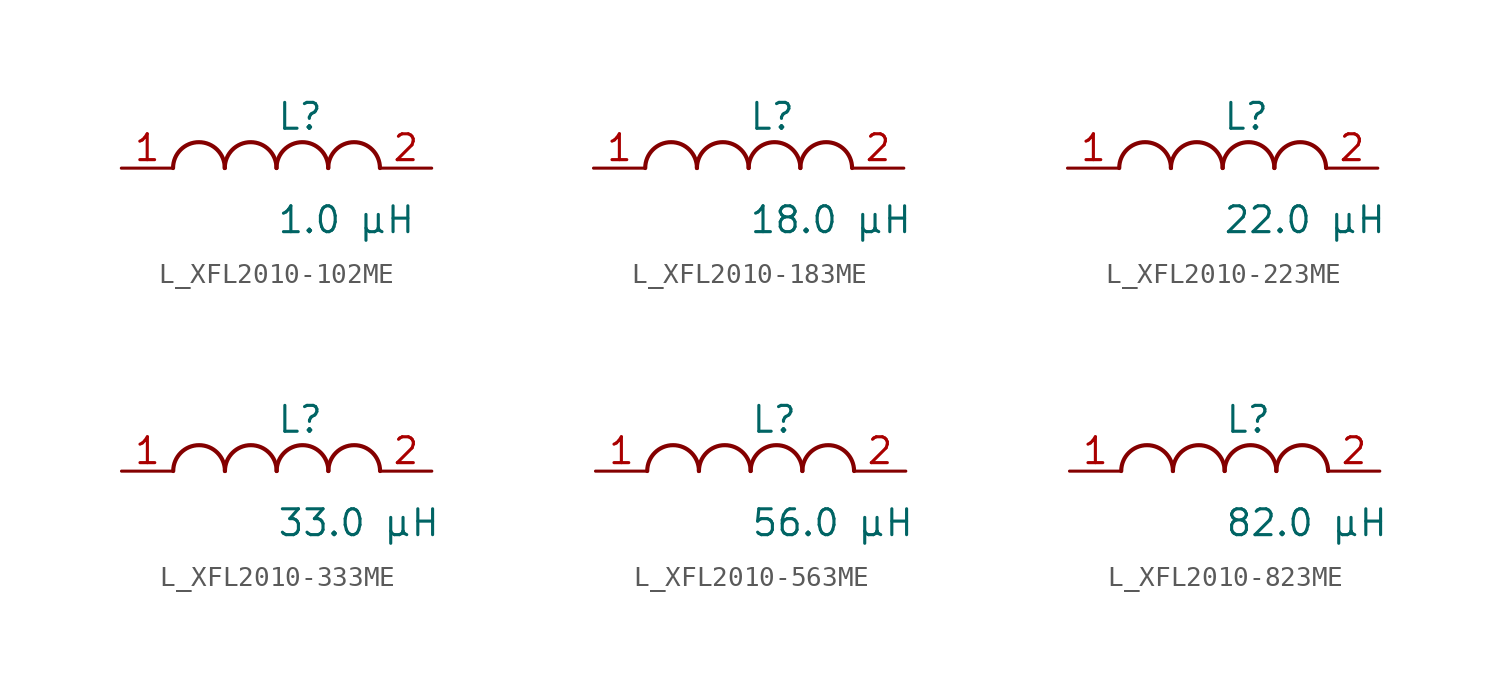
<source format=kicad_sym>
(kicad_symbol_lib
  (version 20231120)
  (generator kicad_symbol_editor)
  (generator_version 8.0)
  (symbol "L_XFL2010-102ME"
    (pin_names
      (offset 0.254))
    (property "Reference" "L"
      (at 0 2.54 0)
      (effects (font (size 1.27 1.27)) (justify left)))
    (property "Value" "1.0 µH"
      (at 0 -2.54 0)
      (effects (font (size 1.27 1.27)) (justify left)))
    (symbol "L_XFL2010-102ME_1_1"
      (arc (start -2.54 0.0056) (mid -3.81 1.27) (end -5.08 0.0056) (stroke (width 0.2032) (type default)) (fill (type none)))
      (arc (start 0 0.0056) (mid -1.27 1.27) (end -2.54 0.0056) (stroke (width 0.2032) (type default)) (fill (type none)))
      (arc (start 2.54 0.0056) (mid 1.27 1.27) (end 0 0.0056) (stroke (width 0.2032) (type default)) (fill (type none)))
      (arc (start 5.08 0.0056) (mid 3.81 1.27) (end 2.54 0.0056) (stroke (width 0.2032) (type default)) (fill (type none)))
      (pin unspecified line (at -7.62 0 0) (length 2.54) (name "" (effects (font (size 1.27 1.27)))) (number "1" (effects (font (size 1.27 1.27)))))
      (pin unspecified line (at 7.62 0 180) (length 2.54) (name "" (effects (font (size 1.27 1.27)))) (number "2" (effects (font (size 1.27 1.27)))))))
  (symbol "L_XFL2010-183ME"
    (pin_names
      (offset 0.254))
    (property "Reference" "L"
      (at 0 2.54 0)
      (effects (font (size 1.27 1.27)) (justify left)))
    (property "Value" "18.0 µH"
      (at 0 -2.54 0)
      (effects (font (size 1.27 1.27)) (justify left)))
    (symbol "L_XFL2010-183ME_1_1"
      (arc (start -2.54 0.0056) (mid -3.81 1.27) (end -5.08 0.0056) (stroke (width 0.2032) (type default)) (fill (type none)))
      (arc (start 0 0.0056) (mid -1.27 1.27) (end -2.54 0.0056) (stroke (width 0.2032) (type default)) (fill (type none)))
      (arc (start 2.54 0.0056) (mid 1.27 1.27) (end 0 0.0056) (stroke (width 0.2032) (type default)) (fill (type none)))
      (arc (start 5.08 0.0056) (mid 3.81 1.27) (end 2.54 0.0056) (stroke (width 0.2032) (type default)) (fill (type none)))
      (pin unspecified line (at -7.62 0 0) (length 2.54) (name "" (effects (font (size 1.27 1.27)))) (number "1" (effects (font (size 1.27 1.27)))))
      (pin unspecified line (at 7.62 0 180) (length 2.54) (name "" (effects (font (size 1.27 1.27)))) (number "2" (effects (font (size 1.27 1.27)))))))
  (symbol "L_XFL2010-223ME"
    (pin_names
      (offset 0.254))
    (property "Reference" "L"
      (at 0 2.54 0)
      (effects (font (size 1.27 1.27)) (justify left)))
    (property "Value" "22.0 µH"
      (at 0 -2.54 0)
      (effects (font (size 1.27 1.27)) (justify left)))
    (symbol "L_XFL2010-223ME_1_1"
      (arc (start -2.54 0.0056) (mid -3.81 1.27) (end -5.08 0.0056) (stroke (width 0.2032) (type default)) (fill (type none)))
      (arc (start 0 0.0056) (mid -1.27 1.27) (end -2.54 0.0056) (stroke (width 0.2032) (type default)) (fill (type none)))
      (arc (start 2.54 0.0056) (mid 1.27 1.27) (end 0 0.0056) (stroke (width 0.2032) (type default)) (fill (type none)))
      (arc (start 5.08 0.0056) (mid 3.81 1.27) (end 2.54 0.0056) (stroke (width 0.2032) (type default)) (fill (type none)))
      (pin unspecified line (at -7.62 0 0) (length 2.54) (name "" (effects (font (size 1.27 1.27)))) (number "1" (effects (font (size 1.27 1.27)))))
      (pin unspecified line (at 7.62 0 180) (length 2.54) (name "" (effects (font (size 1.27 1.27)))) (number "2" (effects (font (size 1.27 1.27)))))))
  (symbol "L_XFL2010-333ME"
    (pin_names
      (offset 0.254))
    (property "Reference" "L"
      (at 0 2.54 0)
      (effects (font (size 1.27 1.27)) (justify left)))
    (property "Value" "33.0 µH"
      (at 0 -2.54 0)
      (effects (font (size 1.27 1.27)) (justify left)))
    (symbol "L_XFL2010-333ME_1_1"
      (arc (start -2.54 0.0056) (mid -3.81 1.27) (end -5.08 0.0056) (stroke (width 0.2032) (type default)) (fill (type none)))
      (arc (start 0 0.0056) (mid -1.27 1.27) (end -2.54 0.0056) (stroke (width 0.2032) (type default)) (fill (type none)))
      (arc (start 2.54 0.0056) (mid 1.27 1.27) (end 0 0.0056) (stroke (width 0.2032) (type default)) (fill (type none)))
      (arc (start 5.08 0.0056) (mid 3.81 1.27) (end 2.54 0.0056) (stroke (width 0.2032) (type default)) (fill (type none)))
      (pin unspecified line (at -7.62 0 0) (length 2.54) (name "" (effects (font (size 1.27 1.27)))) (number "1" (effects (font (size 1.27 1.27)))))
      (pin unspecified line (at 7.62 0 180) (length 2.54) (name "" (effects (font (size 1.27 1.27)))) (number "2" (effects (font (size 1.27 1.27)))))))
  (symbol "L_XFL2010-563ME"
    (pin_names
      (offset 0.254))
    (property "Reference" "L"
      (at 0 2.54 0)
      (effects (font (size 1.27 1.27)) (justify left)))
    (property "Value" "56.0 µH"
      (at 0 -2.54 0)
      (effects (font (size 1.27 1.27)) (justify left)))
    (symbol "L_XFL2010-563ME_1_1"
      (arc (start -2.54 0.0056) (mid -3.81 1.27) (end -5.08 0.0056) (stroke (width 0.2032) (type default)) (fill (type none)))
      (arc (start 0 0.0056) (mid -1.27 1.27) (end -2.54 0.0056) (stroke (width 0.2032) (type default)) (fill (type none)))
      (arc (start 2.54 0.0056) (mid 1.27 1.27) (end 0 0.0056) (stroke (width 0.2032) (type default)) (fill (type none)))
      (arc (start 5.08 0.0056) (mid 3.81 1.27) (end 2.54 0.0056) (stroke (width 0.2032) (type default)) (fill (type none)))
      (pin unspecified line (at -7.62 0 0) (length 2.54) (name "" (effects (font (size 1.27 1.27)))) (number "1" (effects (font (size 1.27 1.27)))))
      (pin unspecified line (at 7.62 0 180) (length 2.54) (name "" (effects (font (size 1.27 1.27)))) (number "2" (effects (font (size 1.27 1.27)))))))
  (symbol "L_XFL2010-823ME"
    (pin_names
      (offset 0.254))
    (property "Reference" "L"
      (at 0 2.54 0)
      (effects (font (size 1.27 1.27)) (justify left)))
    (property "Value" "82.0 µH"
      (at 0 -2.54 0)
      (effects (font (size 1.27 1.27)) (justify left)))
    (symbol "L_XFL2010-823ME_1_1"
      (arc (start -2.54 0.0056) (mid -3.81 1.27) (end -5.08 0.0056) (stroke (width 0.2032) (type default)) (fill (type none)))
      (arc (start 0 0.0056) (mid -1.27 1.27) (end -2.54 0.0056) (stroke (width 0.2032) (type default)) (fill (type none)))
      (arc (start 2.54 0.0056) (mid 1.27 1.27) (end 0 0.0056) (stroke (width 0.2032) (type default)) (fill (type none)))
      (arc (start 5.08 0.0056) (mid 3.81 1.27) (end 2.54 0.0056) (stroke (width 0.2032) (type default)) (fill (type none)))
      (pin unspecified line (at -7.62 0 0) (length 2.54) (name "" (effects (font (size 1.27 1.27)))) (number "1" (effects (font (size 1.27 1.27)))))
      (pin unspecified line (at 7.62 0 180) (length 2.54) (name "" (effects (font (size 1.27 1.27)))) (number "2" (effects (font (size 1.27 1.27))))))))
</source>
